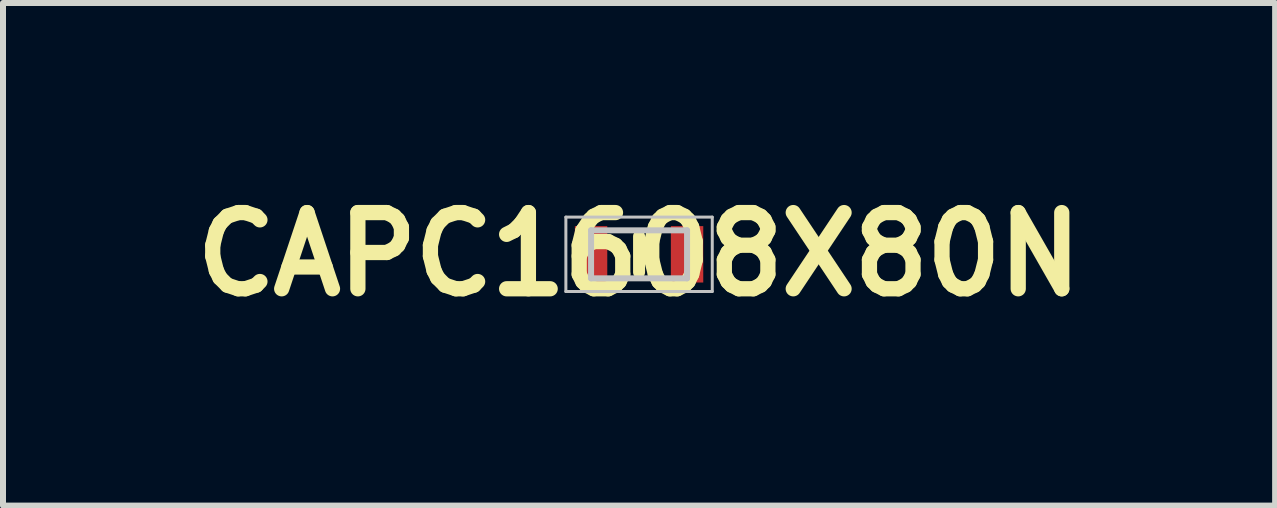
<source format=kicad_pcb>
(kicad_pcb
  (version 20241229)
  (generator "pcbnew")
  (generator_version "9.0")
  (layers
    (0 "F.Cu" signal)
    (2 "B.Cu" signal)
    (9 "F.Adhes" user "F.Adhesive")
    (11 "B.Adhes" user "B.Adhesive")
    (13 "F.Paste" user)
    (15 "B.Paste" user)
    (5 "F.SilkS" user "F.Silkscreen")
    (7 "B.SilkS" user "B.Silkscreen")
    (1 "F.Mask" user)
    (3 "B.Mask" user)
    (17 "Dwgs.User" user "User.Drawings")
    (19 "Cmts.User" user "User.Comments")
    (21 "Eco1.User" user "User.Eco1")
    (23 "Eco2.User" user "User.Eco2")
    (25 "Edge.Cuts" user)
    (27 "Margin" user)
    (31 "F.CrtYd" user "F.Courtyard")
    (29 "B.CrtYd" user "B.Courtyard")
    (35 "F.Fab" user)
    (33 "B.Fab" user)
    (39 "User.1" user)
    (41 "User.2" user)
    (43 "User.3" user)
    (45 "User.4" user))
  (footprint "CAPC1608X80N"
    (layer "F.Cu")
    (at 7.602 1.189)
    (property "Reference" "CAPC1608X80N" (at 0 0 0) (layer "F.SilkS") (effects (font (size 1.27 1.27) (thickness 0.254))))
    (attr smd)
    (fp_line (start 0 -0.3) (end 0 0.3) (stroke (width 0.2) (type solid)) (layer "F.SilkS"))
    (fp_line (start -1.22 -0.62) (end 1.22 -0.62) (stroke (width 0.05) (type solid)) (layer "Dwgs.User"))
    (fp_line (start -1.22 0.62) (end -1.22 -0.62) (stroke (width 0.05) (type solid)) (layer "Dwgs.User"))
    (fp_line (start -0.8 -0.4) (end 0.8 -0.4) (stroke (width 0.1) (type solid)) (layer "Dwgs.User"))
    (fp_line (start -0.8 0.4) (end -0.8 -0.4) (stroke (width 0.1) (type solid)) (layer "Dwgs.User"))
    (fp_line (start 0.8 -0.4) (end 0.8 0.4) (stroke (width 0.1) (type solid)) (layer "Dwgs.User"))
    (fp_line (start 0.8 0.4) (end -0.8 0.4) (stroke (width 0.1) (type solid)) (layer "Dwgs.User"))
    (fp_line (start 1.22 -0.62) (end 1.22 0.62) (stroke (width 0.05) (type solid)) (layer "Dwgs.User"))
    (fp_line (start 1.22 0.62) (end -1.22 0.62) (stroke (width 0.05) (type solid)) (layer "Dwgs.User"))
    (pad "1" smd rect (at -0.8 0) (size 0.54 0.94) (layers "F.Cu" "F.Paste"))
    (pad "2" smd rect (at 0.8 0) (size 0.54 0.94) (layers "F.Cu" "F.Paste")))
  (gr_rect
    (start -3 -3)
    (end 18.204 5.377)
    (stroke (width 0.1) (type default))
    (fill no)
    (layer "Edge.Cuts")))
</source>
